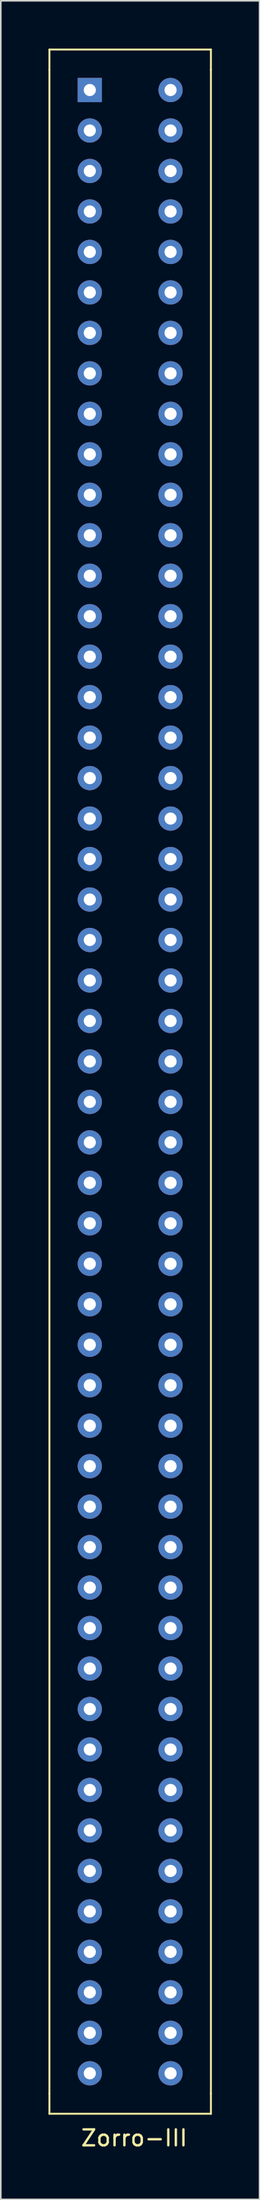
<source format=kicad_pcb>
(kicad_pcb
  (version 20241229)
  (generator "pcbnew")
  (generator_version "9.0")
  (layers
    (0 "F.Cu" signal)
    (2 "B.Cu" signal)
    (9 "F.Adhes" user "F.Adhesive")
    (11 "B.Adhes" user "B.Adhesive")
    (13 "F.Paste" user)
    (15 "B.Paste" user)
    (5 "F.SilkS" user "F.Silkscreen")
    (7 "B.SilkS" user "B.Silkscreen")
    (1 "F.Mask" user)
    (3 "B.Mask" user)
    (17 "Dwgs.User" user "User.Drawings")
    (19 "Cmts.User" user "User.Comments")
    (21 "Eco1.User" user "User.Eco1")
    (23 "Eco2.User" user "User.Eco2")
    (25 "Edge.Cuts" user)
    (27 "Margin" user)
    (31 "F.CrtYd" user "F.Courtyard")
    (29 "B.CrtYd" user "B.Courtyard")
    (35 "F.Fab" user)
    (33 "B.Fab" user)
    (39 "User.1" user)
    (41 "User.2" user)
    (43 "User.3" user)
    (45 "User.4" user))
  (footprint "Zorro-III"
    (layer "F.Cu")
    (at 6.41 53.4)
    (property "Reference" "Zorro-III" (at -1.016 77.724 0) (layer "F.SilkS") (effects (font (size 1 1) (thickness 0.15))))
    (attr through_hole)
    (fp_line (start -6.35 -52.07) (end -6.35 -53.34) (stroke (width 0.12) (type solid)) (layer "F.SilkS"))
    (fp_line (start -6.35 -52.07) (end -6.35 74.93) (stroke (width 0.12) (type solid)) (layer "F.SilkS"))
    (fp_line (start -6.35 74.93) (end -6.35 76.2) (stroke (width 0.12) (type solid)) (layer "F.SilkS"))
    (fp_line (start -6.35 76.2) (end 3.81 76.2) (stroke (width 0.12) (type solid)) (layer "F.SilkS"))
    (fp_line (start 3.81 -53.34) (end -6.35 -53.34) (stroke (width 0.12) (type solid)) (layer "F.SilkS"))
    (fp_line (start 3.81 -52.07) (end 3.81 -53.34) (stroke (width 0.12) (type solid)) (layer "F.SilkS"))
    (fp_line (start 3.81 74.93) (end 3.81 -52.07) (stroke (width 0.12) (type solid)) (layer "F.SilkS"))
    (fp_line (start 3.81 74.93) (end 3.81 76.2) (stroke (width 0.12) (type solid)) (layer "F.SilkS"))
    (pad "1" thru_hole rect (at -3.81 -50.8) (size 1.524 1.524) (drill 0.762) (layers "*.Cu" "*.Mask"))
    (pad "2" thru_hole circle (at 1.27 -50.8) (size 1.524 1.524) (drill 0.762) (layers "*.Cu" "*.Mask"))
    (pad "3" thru_hole circle (at -3.81 -48.26) (size 1.524 1.524) (drill 0.762) (layers "*.Cu" "*.Mask"))
    (pad "4" thru_hole circle (at 1.27 -48.26) (size 1.524 1.524) (drill 0.762) (layers "*.Cu" "*.Mask"))
    (pad "5" thru_hole circle (at -3.81 -45.72) (size 1.524 1.524) (drill 0.762) (layers "*.Cu" "*.Mask"))
    (pad "6" thru_hole circle (at 1.27 -45.72) (size 1.524 1.524) (drill 0.762) (layers "*.Cu" "*.Mask"))
    (pad "7" thru_hole circle (at -3.81 -43.18) (size 1.524 1.524) (drill 0.762) (layers "*.Cu" "*.Mask"))
    (pad "8" thru_hole circle (at 1.27 -43.18) (size 1.524 1.524) (drill 0.762) (layers "*.Cu" "*.Mask"))
    (pad "9" thru_hole circle (at -3.81 -40.64) (size 1.524 1.524) (drill 0.762) (layers "*.Cu" "*.Mask"))
    (pad "10" thru_hole circle (at 1.27 -40.64) (size 1.524 1.524) (drill 0.762) (layers "*.Cu" "*.Mask"))
    (pad "11" thru_hole circle (at -3.81 -38.1) (size 1.524 1.524) (drill 0.762) (layers "*.Cu" "*.Mask"))
    (pad "12" thru_hole circle (at 1.27 -38.1) (size 1.524 1.524) (drill 0.762) (layers "*.Cu" "*.Mask"))
    (pad "13" thru_hole circle (at -3.81 -35.56) (size 1.524 1.524) (drill 0.762) (layers "*.Cu" "*.Mask"))
    (pad "14" thru_hole circle (at 1.27 -35.56) (size 1.524 1.524) (drill 0.762) (layers "*.Cu" "*.Mask"))
    (pad "15" thru_hole circle (at -3.81 -33.02) (size 1.524 1.524) (drill 0.762) (layers "*.Cu" "*.Mask"))
    (pad "16" thru_hole circle (at 1.27 -33.02) (size 1.524 1.524) (drill 0.762) (layers "*.Cu" "*.Mask"))
    (pad "17" thru_hole circle (at -3.81 -30.48) (size 1.524 1.524) (drill 0.762) (layers "*.Cu" "*.Mask"))
    (pad "18" thru_hole circle (at 1.27 -30.48) (size 1.524 1.524) (drill 0.762) (layers "*.Cu" "*.Mask"))
    (pad "19" thru_hole circle (at -3.81 -27.94) (size 1.524 1.524) (drill 0.762) (layers "*.Cu" "*.Mask"))
    (pad "20" thru_hole circle (at 1.27 -27.94) (size 1.524 1.524) (drill 0.762) (layers "*.Cu" "*.Mask"))
    (pad "21" thru_hole circle (at -3.81 -25.4) (size 1.524 1.524) (drill 0.762) (layers "*.Cu" "*.Mask"))
    (pad "22" thru_hole circle (at 1.27 -25.4) (size 1.524 1.524) (drill 0.762) (layers "*.Cu" "*.Mask"))
    (pad "23" thru_hole circle (at -3.81 -22.86) (size 1.524 1.524) (drill 0.762) (layers "*.Cu" "*.Mask"))
    (pad "24" thru_hole circle (at 1.27 -22.86) (size 1.524 1.524) (drill 0.762) (layers "*.Cu" "*.Mask"))
    (pad "25" thru_hole circle (at -3.81 -20.32) (size 1.524 1.524) (drill 0.762) (layers "*.Cu" "*.Mask"))
    (pad "26" thru_hole circle (at 1.27 -20.32) (size 1.524 1.524) (drill 0.762) (layers "*.Cu" "*.Mask"))
    (pad "27" thru_hole circle (at -3.81 -17.78) (size 1.524 1.524) (drill 0.762) (layers "*.Cu" "*.Mask"))
    (pad "28" thru_hole circle (at 1.27 -17.78) (size 1.524 1.524) (drill 0.762) (layers "*.Cu" "*.Mask"))
    (pad "29" thru_hole circle (at -3.81 -15.24) (size 1.524 1.524) (drill 0.762) (layers "*.Cu" "*.Mask"))
    (pad "30" thru_hole circle (at 1.27 -15.24) (size 1.524 1.524) (drill 0.762) (layers "*.Cu" "*.Mask"))
    (pad "31" thru_hole circle (at -3.81 -12.7) (size 1.524 1.524) (drill 0.762) (layers "*.Cu" "*.Mask"))
    (pad "32" thru_hole circle (at 1.27 -12.7) (size 1.524 1.524) (drill 0.762) (layers "*.Cu" "*.Mask"))
    (pad "33" thru_hole circle (at -3.81 -10.16) (size 1.524 1.524) (drill 0.762) (layers "*.Cu" "*.Mask"))
    (pad "34" thru_hole circle (at 1.27 -10.16) (size 1.524 1.524) (drill 0.762) (layers "*.Cu" "*.Mask"))
    (pad "35" thru_hole circle (at -3.81 -7.62) (size 1.524 1.524) (drill 0.762) (layers "*.Cu" "*.Mask"))
    (pad "36" thru_hole circle (at 1.27 -7.62) (size 1.524 1.524) (drill 0.762) (layers "*.Cu" "*.Mask"))
    (pad "37" thru_hole circle (at -3.81 -5.08) (size 1.524 1.524) (drill 0.762) (layers "*.Cu" "*.Mask"))
    (pad "38" thru_hole circle (at 1.27 -5.08) (size 1.524 1.524) (drill 0.762) (layers "*.Cu" "*.Mask"))
    (pad "39" thru_hole circle (at -3.81 -2.54) (size 1.524 1.524) (drill 0.762) (layers "*.Cu" "*.Mask"))
    (pad "40" thru_hole circle (at 1.27 -2.54) (size 1.524 1.524) (drill 0.762) (layers "*.Cu" "*.Mask"))
    (pad "41" thru_hole circle (at -3.81 0) (size 1.524 1.524) (drill 0.762) (layers "*.Cu" "*.Mask"))
    (pad "42" thru_hole circle (at 1.27 0) (size 1.524 1.524) (drill 0.762) (layers "*.Cu" "*.Mask"))
    (pad "43" thru_hole circle (at -3.81 2.54) (size 1.524 1.524) (drill 0.762) (layers "*.Cu" "*.Mask"))
    (pad "44" thru_hole circle (at 1.27 2.54) (size 1.524 1.524) (drill 0.762) (layers "*.Cu" "*.Mask"))
    (pad "45" thru_hole circle (at -3.81 5.08) (size 1.524 1.524) (drill 0.762) (layers "*.Cu" "*.Mask"))
    (pad "46" thru_hole circle (at 1.27 5.08) (size 1.524 1.524) (drill 0.762) (layers "*.Cu" "*.Mask"))
    (pad "47" thru_hole circle (at -3.81 7.62) (size 1.524 1.524) (drill 0.762) (layers "*.Cu" "*.Mask"))
    (pad "48" thru_hole circle (at 1.27 7.62) (size 1.524 1.524) (drill 0.762) (layers "*.Cu" "*.Mask"))
    (pad "49" thru_hole circle (at -3.81 10.16) (size 1.524 1.524) (drill 0.762) (layers "*.Cu" "*.Mask"))
    (pad "50" thru_hole circle (at 1.27 10.16) (size 1.524 1.524) (drill 0.762) (layers "*.Cu" "*.Mask"))
    (pad "51" thru_hole circle (at -3.81 12.7) (size 1.524 1.524) (drill 0.762) (layers "*.Cu" "*.Mask"))
    (pad "52" thru_hole circle (at 1.27 12.7) (size 1.524 1.524) (drill 0.762) (layers "*.Cu" "*.Mask"))
    (pad "53" thru_hole circle (at -3.81 15.24) (size 1.524 1.524) (drill 0.762) (layers "*.Cu" "*.Mask"))
    (pad "54" thru_hole circle (at 1.27 15.24) (size 1.524 1.524) (drill 0.762) (layers "*.Cu" "*.Mask"))
    (pad "55" thru_hole circle (at -3.81 17.78) (size 1.524 1.524) (drill 0.762) (layers "*.Cu" "*.Mask"))
    (pad "56" thru_hole circle (at 1.27 17.78) (size 1.524 1.524) (drill 0.762) (layers "*.Cu" "*.Mask"))
    (pad "57" thru_hole circle (at -3.81 20.32) (size 1.524 1.524) (drill 0.762) (layers "*.Cu" "*.Mask"))
    (pad "58" thru_hole circle (at 1.27 20.32) (size 1.524 1.524) (drill 0.762) (layers "*.Cu" "*.Mask"))
    (pad "59" thru_hole circle (at -3.81 22.86) (size 1.524 1.524) (drill 0.762) (layers "*.Cu" "*.Mask"))
    (pad "60" thru_hole circle (at 1.27 22.86) (size 1.524 1.524) (drill 0.762) (layers "*.Cu" "*.Mask"))
    (pad "61" thru_hole circle (at -3.81 25.4) (size 1.524 1.524) (drill 0.762) (layers "*.Cu" "*.Mask"))
    (pad "62" thru_hole circle (at 1.27 25.4) (size 1.524 1.524) (drill 0.762) (layers "*.Cu" "*.Mask"))
    (pad "63" thru_hole circle (at -3.81 27.94) (size 1.524 1.524) (drill 0.762) (layers "*.Cu" "*.Mask"))
    (pad "64" thru_hole circle (at 1.27 27.94) (size 1.524 1.524) (drill 0.762) (layers "*.Cu" "*.Mask"))
    (pad "65" thru_hole circle (at -3.81 30.48) (size 1.524 1.524) (drill 0.762) (layers "*.Cu" "*.Mask"))
    (pad "66" thru_hole circle (at 1.27 30.48) (size 1.524 1.524) (drill 0.762) (layers "*.Cu" "*.Mask"))
    (pad "67" thru_hole circle (at -3.81 33.02) (size 1.524 1.524) (drill 0.762) (layers "*.Cu" "*.Mask"))
    (pad "68" thru_hole circle (at 1.27 33.02) (size 1.524 1.524) (drill 0.762) (layers "*.Cu" "*.Mask"))
    (pad "69" thru_hole circle (at -3.81 35.56) (size 1.524 1.524) (drill 0.762) (layers "*.Cu" "*.Mask"))
    (pad "70" thru_hole circle (at 1.27 35.56) (size 1.524 1.524) (drill 0.762) (layers "*.Cu" "*.Mask"))
    (pad "71" thru_hole circle (at -3.81 38.1) (size 1.524 1.524) (drill 0.762) (layers "*.Cu" "*.Mask"))
    (pad "72" thru_hole circle (at 1.27 38.1) (size 1.524 1.524) (drill 0.762) (layers "*.Cu" "*.Mask"))
    (pad "73" thru_hole circle (at -3.81 40.64) (size 1.524 1.524) (drill 0.762) (layers "*.Cu" "*.Mask"))
    (pad "74" thru_hole circle (at 1.27 40.64) (size 1.524 1.524) (drill 0.762) (layers "*.Cu" "*.Mask"))
    (pad "75" thru_hole circle (at -3.81 43.18) (size 1.524 1.524) (drill 0.762) (layers "*.Cu" "*.Mask"))
    (pad "76" thru_hole circle (at 1.27 43.18) (size 1.524 1.524) (drill 0.762) (layers "*.Cu" "*.Mask"))
    (pad "77" thru_hole circle (at -3.81 45.72) (size 1.524 1.524) (drill 0.762) (layers "*.Cu" "*.Mask"))
    (pad "78" thru_hole circle (at 1.27 45.72) (size 1.524 1.524) (drill 0.762) (layers "*.Cu" "*.Mask"))
    (pad "79" thru_hole circle (at -3.81 48.26) (size 1.524 1.524) (drill 0.762) (layers "*.Cu" "*.Mask"))
    (pad "80" thru_hole circle (at 1.27 48.26) (size 1.524 1.524) (drill 0.762) (layers "*.Cu" "*.Mask"))
    (pad "81" thru_hole circle (at -3.81 50.8) (size 1.524 1.524) (drill 0.762) (layers "*.Cu" "*.Mask"))
    (pad "82" thru_hole circle (at 1.27 50.8) (size 1.524 1.524) (drill 0.762) (layers "*.Cu" "*.Mask"))
    (pad "83" thru_hole circle (at -3.81 53.34) (size 1.524 1.524) (drill 0.762) (layers "*.Cu" "*.Mask"))
    (pad "84" thru_hole circle (at 1.27 53.34) (size 1.524 1.524) (drill 0.762) (layers "*.Cu" "*.Mask"))
    (pad "85" thru_hole circle (at -3.81 55.88) (size 1.524 1.524) (drill 0.762) (layers "*.Cu" "*.Mask"))
    (pad "86" thru_hole circle (at 1.27 55.88) (size 1.524 1.524) (drill 0.762) (layers "*.Cu" "*.Mask"))
    (pad "87" thru_hole circle (at -3.81 58.42) (size 1.524 1.524) (drill 0.762) (layers "*.Cu" "*.Mask"))
    (pad "88" thru_hole circle (at 1.27 58.42) (size 1.524 1.524) (drill 0.762) (layers "*.Cu" "*.Mask"))
    (pad "89" thru_hole circle (at -3.81 60.96) (size 1.524 1.524) (drill 0.762) (layers "*.Cu" "*.Mask"))
    (pad "90" thru_hole circle (at 1.27 60.96) (size 1.524 1.524) (drill 0.762) (layers "*.Cu" "*.Mask"))
    (pad "91" thru_hole circle (at -3.81 63.5) (size 1.524 1.524) (drill 0.762) (layers "*.Cu" "*.Mask"))
    (pad "92" thru_hole circle (at 1.27 63.5) (size 1.524 1.524) (drill 0.762) (layers "*.Cu" "*.Mask"))
    (pad "93" thru_hole circle (at -3.81 66.04) (size 1.524 1.524) (drill 0.762) (layers "*.Cu" "*.Mask"))
    (pad "94" thru_hole circle (at 1.27 66.04) (size 1.524 1.524) (drill 0.762) (layers "*.Cu" "*.Mask"))
    (pad "95" thru_hole circle (at -3.81 68.58) (size 1.524 1.524) (drill 0.762) (layers "*.Cu" "*.Mask"))
    (pad "96" thru_hole circle (at 1.27 68.58) (size 1.524 1.524) (drill 0.762) (layers "*.Cu" "*.Mask"))
    (pad "97" thru_hole circle (at -3.81 71.12) (size 1.524 1.524) (drill 0.762) (layers "*.Cu" "*.Mask"))
    (pad "98" thru_hole circle (at 1.27 71.12) (size 1.524 1.524) (drill 0.762) (layers "*.Cu" "*.Mask"))
    (pad "99" thru_hole circle (at -3.81 73.66) (size 1.524 1.524) (drill 0.762) (layers "*.Cu" "*.Mask"))
    (pad "100" thru_hole circle (at 1.27 73.66) (size 1.524 1.524) (drill 0.762) (layers "*.Cu" "*.Mask")))
  (gr_rect
    (start -3 -3)
    (end 13.28 134.972)
    (stroke (width 0.1) (type default))
    (fill no)
    (layer "Edge.Cuts")))
</source>
